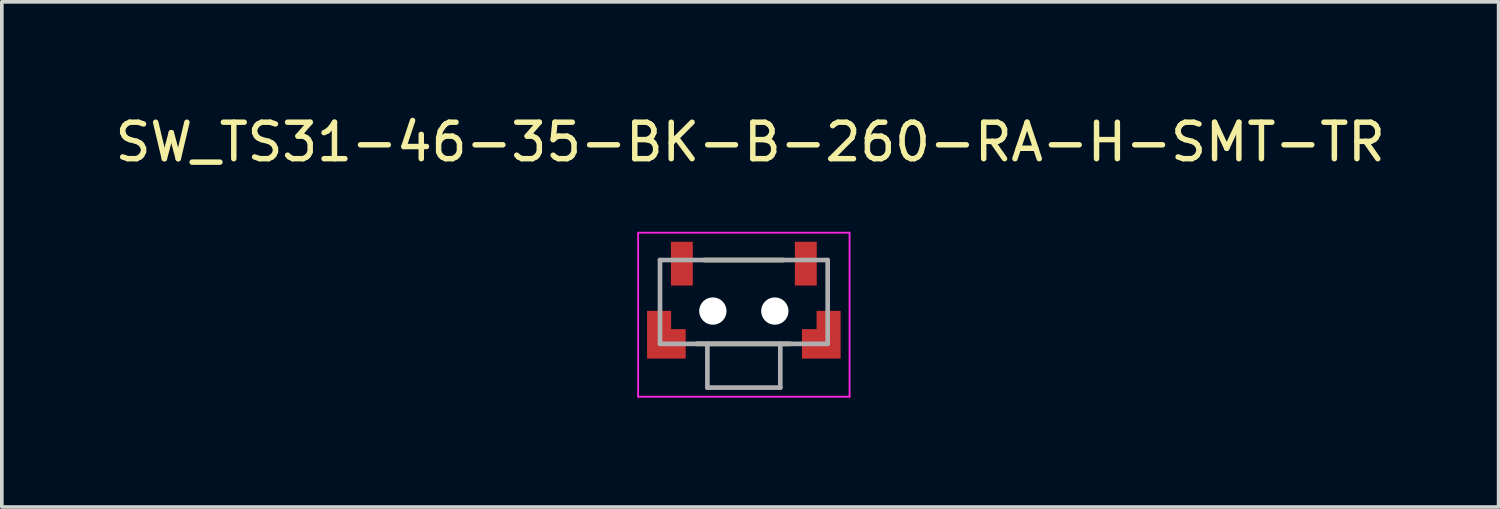
<source format=kicad_pcb>
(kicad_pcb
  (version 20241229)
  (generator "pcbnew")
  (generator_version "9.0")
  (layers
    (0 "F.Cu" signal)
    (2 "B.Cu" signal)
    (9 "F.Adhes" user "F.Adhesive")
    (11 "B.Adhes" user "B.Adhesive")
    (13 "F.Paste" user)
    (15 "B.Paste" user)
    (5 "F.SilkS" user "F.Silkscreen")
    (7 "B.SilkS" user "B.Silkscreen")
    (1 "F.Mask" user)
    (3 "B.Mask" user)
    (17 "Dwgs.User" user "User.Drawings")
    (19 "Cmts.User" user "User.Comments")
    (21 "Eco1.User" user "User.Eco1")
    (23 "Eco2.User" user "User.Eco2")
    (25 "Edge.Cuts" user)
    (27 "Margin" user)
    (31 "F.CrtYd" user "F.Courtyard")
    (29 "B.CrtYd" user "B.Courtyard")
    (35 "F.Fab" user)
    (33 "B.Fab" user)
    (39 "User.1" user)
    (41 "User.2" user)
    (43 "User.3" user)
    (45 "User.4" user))
  (footprint "SW_TS31-46-35-BK-B-260-RA-H-SMT-TR"
    (layer "F.Cu")
    (at 17.355 5.483)
    (property "Reference" "SW_TS31-46-35-BK-B-260-RA-H-SMT-TR" (at 0.175 -4.635 0) (layer "F.SilkS") (effects (font (size 1 1) (thickness 0.15))))
    (attr smd)
    (fp_poly (pts (xy -2.75 -0.1) (xy -2.75 1.4) (xy -1.5 1.4) (xy -1.5 0.4) (xy -1.9 0.4) (xy -1.9 -0.1)) (stroke (width 0.01) (type solid)) (fill yes) (layer "F.Mask"))
    (fp_poly (pts (xy 2.75 -0.1) (xy 2.75 1.4) (xy 1.5 1.4) (xy 1.5 0.4) (xy 1.9 0.4) (xy 1.9 -0.1)) (stroke (width 0.01) (type solid)) (fill yes) (layer "F.Mask"))
    (fp_line (start -1.08 -1.4) (end 1.08 -1.4) (stroke (width 0.127) (type solid)) (layer "F.SilkS"))
    (fp_line (start 1.28 0.9) (end -1.28 0.9) (stroke (width 0.127) (type solid)) (layer "F.SilkS"))
    (fp_poly (pts (xy -2.65 0) (xy -2.65 1.3) (xy -1.6 1.3) (xy -1.6 0.5) (xy -2 0.5) (xy -2 0)) (stroke (width 0.01) (type solid)) (fill yes) (layer "F.Paste"))
    (fp_poly (pts (xy 2.65 0) (xy 2.65 1.3) (xy 1.6 1.3) (xy 1.6 0.5) (xy 2 0.5) (xy 2 0)) (stroke (width 0.01) (type solid)) (fill yes) (layer "F.Paste"))
    (fp_line (start -2.9 -2.15) (end 2.9 -2.15) (stroke (width 0.05) (type solid)) (layer "F.CrtYd"))
    (fp_line (start -2.9 2.35) (end -2.9 -2.15) (stroke (width 0.05) (type solid)) (layer "F.CrtYd"))
    (fp_line (start 2.9 -2.15) (end 2.9 2.35) (stroke (width 0.05) (type solid)) (layer "F.CrtYd"))
    (fp_line (start 2.9 2.35) (end -2.9 2.35) (stroke (width 0.05) (type solid)) (layer "F.CrtYd"))
    (fp_line (start -2.3 -1.4) (end 2.3 -1.4) (stroke (width 0.127) (type solid)) (layer "F.Fab"))
    (fp_line (start -2.3 0.9) (end -2.3 -1.4) (stroke (width 0.127) (type solid)) (layer "F.Fab"))
    (fp_line (start -1 0.9) (end -2.3 0.9) (stroke (width 0.127) (type solid)) (layer "F.Fab"))
    (fp_line (start -1 2.1) (end -1 0.9) (stroke (width 0.127) (type solid)) (layer "F.Fab"))
    (fp_line (start 1 0.9) (end -1 0.9) (stroke (width 0.127) (type solid)) (layer "F.Fab"))
    (fp_line (start 1 0.9) (end 1 2.1) (stroke (width 0.127) (type solid)) (layer "F.Fab"))
    (fp_line (start 1 2.1) (end -1 2.1) (stroke (width 0.127) (type solid)) (layer "F.Fab"))
    (fp_line (start 2.3 -1.4) (end 2.3 0.9) (stroke (width 0.127) (type solid)) (layer "F.Fab"))
    (fp_line (start 2.3 0.9) (end 1 0.9) (stroke (width 0.127) (type solid)) (layer "F.Fab"))
    (pad "" np_thru_hole circle (at -0.85 0) (size 0.75 0.75) (drill 0.75) (layers "*.Cu" "*.Mask"))
    (pad "" np_thru_hole circle (at 0.85 0) (size 0.75 0.75) (drill 0.75) (layers "*.Cu" "*.Mask"))
    (pad "1" smd rect (at -1.7 -1.3) (size 0.6 1.2) (layers "F.Cu" "F.Mask" "F.Paste"))
    (pad "2" smd rect (at 1.7 -1.3) (size 0.6 1.2) (layers "F.Cu" "F.Mask" "F.Paste"))
    (pad "G1" smd custom (at -2.125 0.9) (size 0.5 0.5) (layers "F.Cu") (options (anchor rect)) (primitives (gr_poly (pts (xy -0.525 -0.9) (xy -0.525 0.4) (xy 0.525 0.4) (xy 0.525 -0.4) (xy 0.125 -0.4) (xy 0.125 -0.9)) (width 0.01) (fill yes))))
    (pad "G2" smd custom (at 2.125 0.9) (size 0.5 0.5) (layers "F.Cu") (options (anchor rect)) (primitives (gr_poly (pts (xy 0.525 -0.9) (xy 0.525 0.4) (xy -0.525 0.4) (xy -0.525 -0.4) (xy -0.125 -0.4) (xy -0.125 -0.9)) (width 0.01) (fill yes)))))
  (gr_rect
    (start -3 -3)
    (end 38.06 10.858)
    (stroke (width 0.1) (type default))
    (fill no)
    (layer "Edge.Cuts")))
</source>
